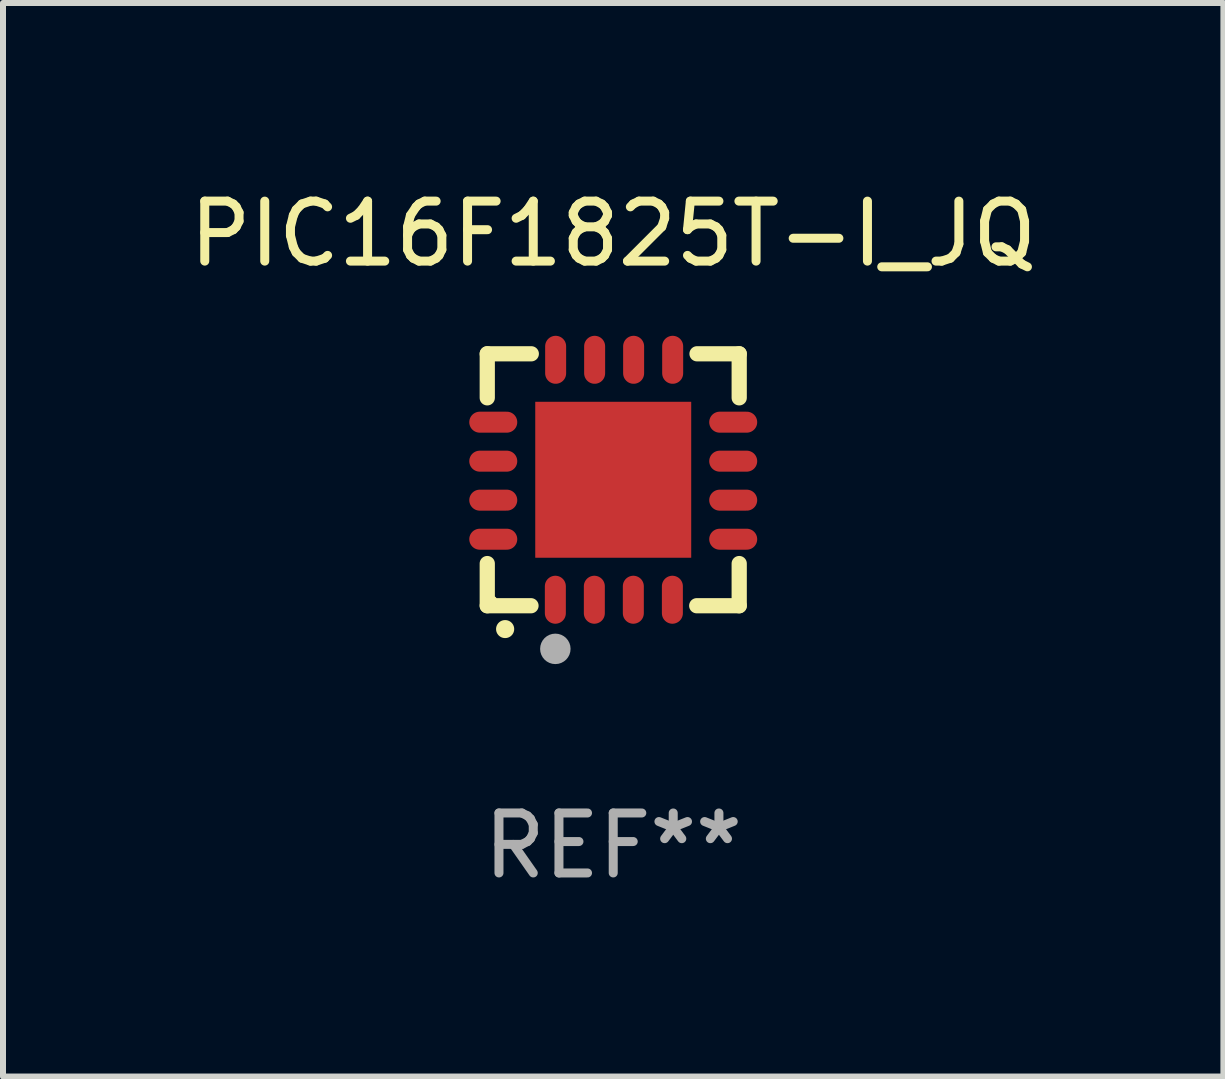
<source format=kicad_pcb>
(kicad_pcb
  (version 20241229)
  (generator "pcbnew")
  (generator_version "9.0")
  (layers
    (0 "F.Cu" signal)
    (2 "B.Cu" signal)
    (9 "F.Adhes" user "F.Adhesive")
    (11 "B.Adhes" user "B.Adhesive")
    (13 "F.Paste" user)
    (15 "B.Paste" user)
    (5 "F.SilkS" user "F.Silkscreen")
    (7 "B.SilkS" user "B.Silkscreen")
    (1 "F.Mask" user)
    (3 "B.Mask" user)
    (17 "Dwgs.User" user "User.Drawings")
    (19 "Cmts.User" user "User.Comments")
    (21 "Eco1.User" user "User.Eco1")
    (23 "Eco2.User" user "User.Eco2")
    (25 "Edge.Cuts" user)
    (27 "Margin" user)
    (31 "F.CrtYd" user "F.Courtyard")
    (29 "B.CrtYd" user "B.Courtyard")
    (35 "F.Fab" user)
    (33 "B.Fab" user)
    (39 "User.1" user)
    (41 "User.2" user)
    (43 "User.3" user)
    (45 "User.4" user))
  (footprint "PIC16F1825T-I_JQ"
    (layer "F.Cu")
    (at 7.173 4.948)
    (property "Reference" "PIC16F1825T-I_JQ" (at 0 -4.1 0) (layer "F.SilkS") (effects (font (size 1 1) (thickness 0.15))))
    (attr through_hole)
    (fp_line (start -2.1 -2.1) (end -1.366 -2.1) (stroke (width 0.254) (type solid)) (layer "F.SilkS"))
    (fp_line (start -2.1 -1.366) (end -2.1 -2.1) (stroke (width 0.254) (type solid)) (layer "F.SilkS"))
    (fp_line (start -2.1 2.1) (end -2.1 1.397) (stroke (width 0.254) (type solid)) (layer "F.SilkS"))
    (fp_line (start -2.1 2.1) (end -1.371 2.1) (stroke (width 0.254) (type solid)) (layer "F.SilkS"))
    (fp_line (start 1.392 2.1) (end 2.1 2.1) (stroke (width 0.254) (type solid)) (layer "F.SilkS"))
    (fp_line (start 1.397 -2.1) (end 2.1 -2.1) (stroke (width 0.254) (type solid)) (layer "F.SilkS"))
    (fp_line (start 2.1 -1.366) (end 2.1 -2.1) (stroke (width 0.254) (type solid)) (layer "F.SilkS"))
    (fp_line (start 2.1 2.1) (end 2.1 1.397) (stroke (width 0.254) (type solid)) (layer "F.SilkS"))
    (fp_arc (start -1.803404 2.489205) (mid -1.802134 2.4892) (end -1.800864 2.489205) (stroke (width 0.3) (type solid)) (layer "F.SilkS"))
    (fp_circle (center -2 2) (end -1.97 2) (stroke (width 0.06) (type solid)) (fill no) (layer "F.SilkS"))
    (fp_circle (center -0.965 2.819) (end -0.838 2.819) (stroke (width 0.254) (type solid)) (fill no) (layer "F.Fab"))
    (fp_text user "REF**" (at 0 6.1 0) (layer "F.Fab") (effects (font (size 1 1) (thickness 0.15))))
    (pad "1" smd oval (at -0.965 2) (size 0.35 0.8) (layers "F.Cu" "F.Mask" "F.Paste"))
    (pad "2" smd oval (at -0.315 2) (size 0.35 0.8) (layers "F.Cu" "F.Mask" "F.Paste"))
    (pad "3" smd oval (at 0.335 2) (size 0.35 0.8) (layers "F.Cu" "F.Mask" "F.Paste"))
    (pad "4" smd oval (at 0.986 2) (size 0.35 0.8) (layers "F.Cu" "F.Mask" "F.Paste"))
    (pad "5" smd oval (at 2 0.991 90) (size 0.35 0.8) (layers "F.Cu" "F.Mask" "F.Paste"))
    (pad "6" smd oval (at 2 0.34 90) (size 0.35 0.8) (layers "F.Cu" "F.Mask" "F.Paste"))
    (pad "7" smd oval (at 2 -0.31 90) (size 0.35 0.8) (layers "F.Cu" "F.Mask" "F.Paste"))
    (pad "8" smd oval (at 2 -0.96 90) (size 0.35 0.8) (layers "F.Cu" "F.Mask" "F.Paste"))
    (pad "9" smd oval (at 0.991 -2) (size 0.35 0.8) (layers "F.Cu" "F.Mask" "F.Paste"))
    (pad "10" smd oval (at 0.34 -2) (size 0.35 0.8) (layers "F.Cu" "F.Mask" "F.Paste"))
    (pad "11" smd oval (at -0.31 -2) (size 0.35 0.8) (layers "F.Cu" "F.Mask" "F.Paste"))
    (pad "12" smd oval (at -0.96 -2) (size 0.35 0.8) (layers "F.Cu" "F.Mask" "F.Paste"))
    (pad "13" smd oval (at -2 -0.96 90) (size 0.35 0.8) (layers "F.Cu" "F.Mask" "F.Paste"))
    (pad "14" smd oval (at -2 -0.31 90) (size 0.35 0.8) (layers "F.Cu" "F.Mask" "F.Paste"))
    (pad "15" smd oval (at -2 0.34 90) (size 0.35 0.8) (layers "F.Cu" "F.Mask" "F.Paste"))
    (pad "16" smd oval (at -2 0.991 90) (size 0.35 0.8) (layers "F.Cu" "F.Mask" "F.Paste"))
    (pad "17" smd rect (at 0 0 90) (size 2.6 2.6) (layers "F.Cu" "F.Mask" "F.Paste")))
  (gr_rect
    (start -3 -3)
    (end 17.345 14.896)
    (stroke (width 0.1) (type default))
    (fill no)
    (layer "Edge.Cuts")))
</source>
